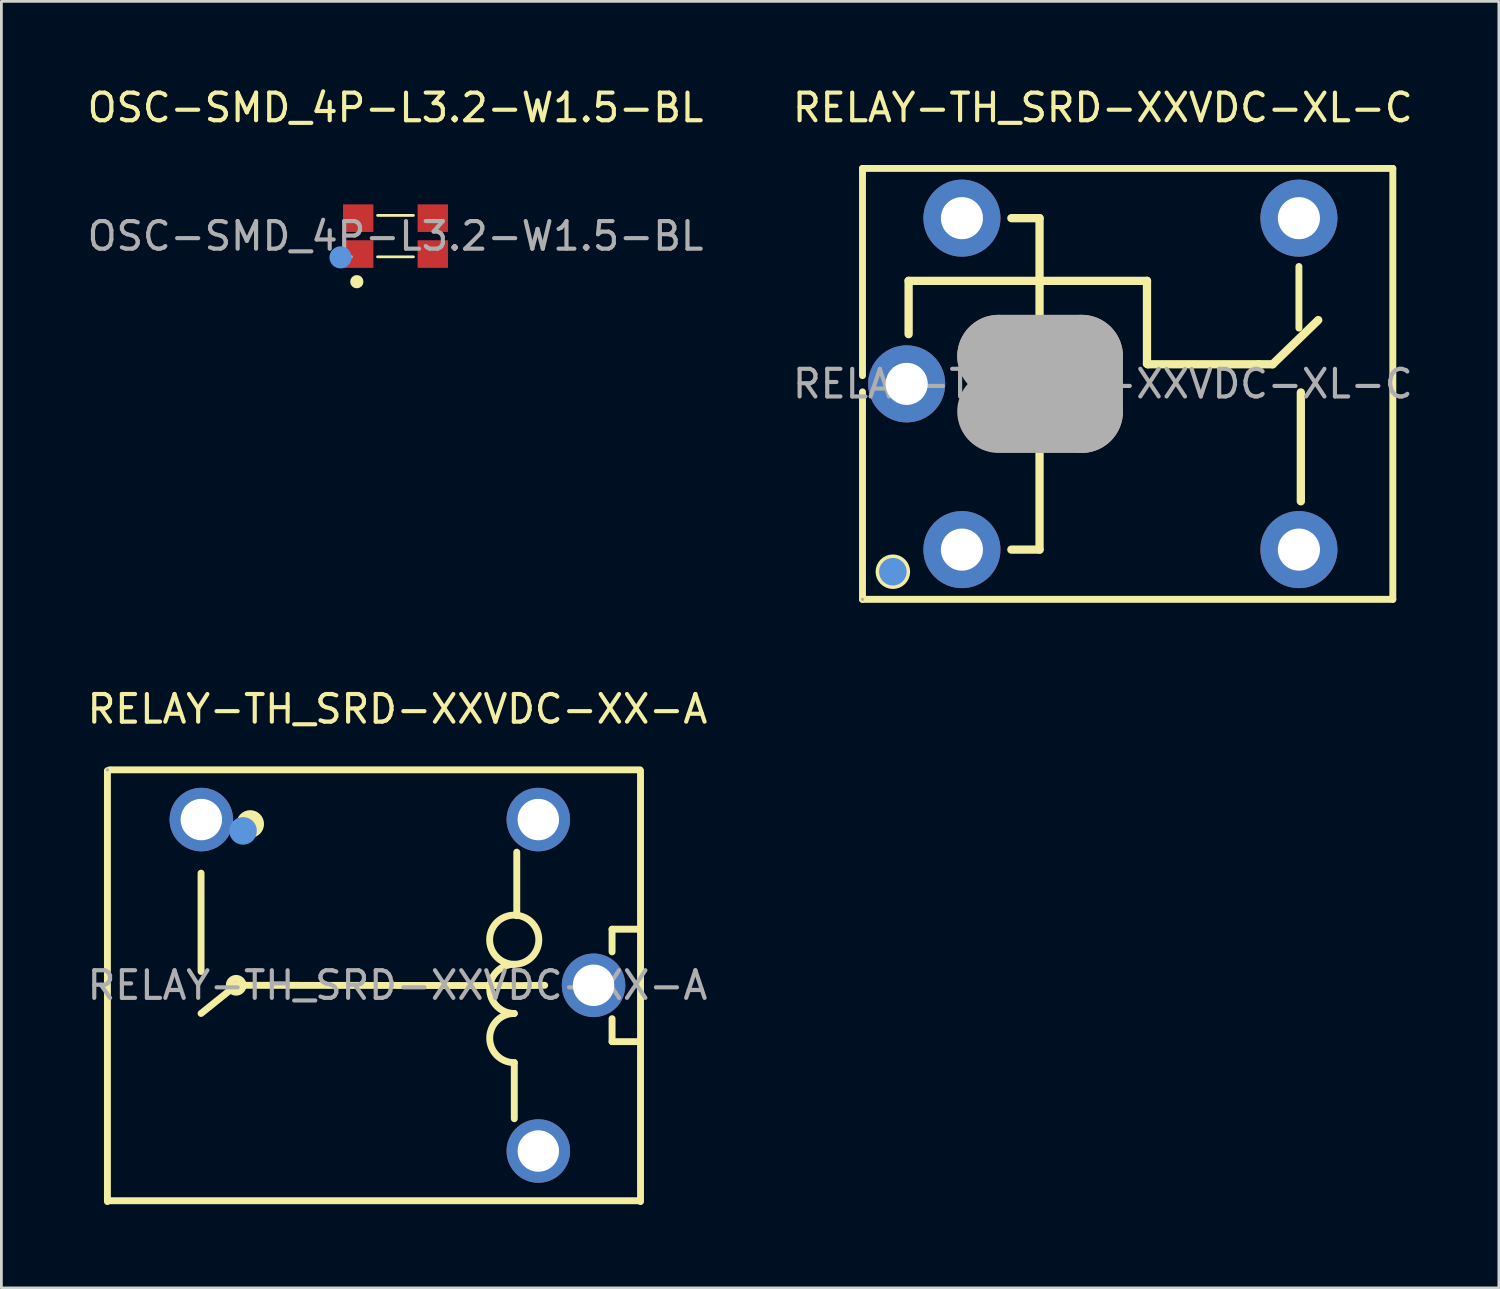
<source format=kicad_pcb>
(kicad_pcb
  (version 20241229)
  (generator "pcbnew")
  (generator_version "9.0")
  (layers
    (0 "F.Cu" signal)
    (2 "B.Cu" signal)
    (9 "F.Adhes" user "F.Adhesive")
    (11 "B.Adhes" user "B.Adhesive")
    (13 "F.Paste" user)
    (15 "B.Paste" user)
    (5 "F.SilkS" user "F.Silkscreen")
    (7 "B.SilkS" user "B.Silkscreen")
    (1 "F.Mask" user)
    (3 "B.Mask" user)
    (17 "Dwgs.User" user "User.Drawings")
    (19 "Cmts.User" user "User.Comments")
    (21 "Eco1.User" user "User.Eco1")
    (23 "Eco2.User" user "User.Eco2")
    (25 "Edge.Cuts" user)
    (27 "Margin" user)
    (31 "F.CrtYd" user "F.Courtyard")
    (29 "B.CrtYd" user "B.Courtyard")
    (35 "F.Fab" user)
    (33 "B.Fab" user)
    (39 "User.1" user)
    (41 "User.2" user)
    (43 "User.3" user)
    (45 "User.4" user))
  (footprint "RELAY-TH_SRD-XXVDC-XX-A"
    (layer "F.Cu")
    (at 11.339 32.621)
    (property "Reference" "RELAY-TH_SRD-XXVDC-XX-A" (at 0 -10 0) (layer "F.SilkS") (effects (font (size 1 1) (thickness 0.15))))
    (attr through_hole)
    (fp_line (start -10.5 -7.77) (end -10.5 7.83) (stroke (width 0.25) (type solid)) (layer "F.SilkS"))
    (fp_line (start -10.42 -7.8) (end 8.78 -7.8) (stroke (width 0.25) (type solid)) (layer "F.SilkS"))
    (fp_line (start -7.11 -4.06) (end -7.11 -0.5) (stroke (width 0.25) (type solid)) (layer "F.SilkS"))
    (fp_line (start -5.84 0) (end -7.11 1.02) (stroke (width 0.25) (type solid)) (layer "F.SilkS"))
    (fp_line (start 4.23 2.8) (end 4.23 4.83) (stroke (width 0.25) (type solid)) (layer "F.SilkS"))
    (fp_line (start 4.32 -4.82) (end 4.32 -2.52) (stroke (width 0.25) (type solid)) (layer "F.SilkS"))
    (fp_line (start 4.64 0.01) (end -5.84 0) (stroke (width 0.25) (type solid)) (layer "F.SilkS"))
    (fp_line (start 5.33 0) (end 4.64 0.01) (stroke (width 0.25) (type solid)) (layer "F.SilkS"))
    (fp_line (start 7.77 -2.03) (end 7.77 -1.21) (stroke (width 0.25) (type solid)) (layer "F.SilkS"))
    (fp_line (start 7.77 1.21) (end 7.77 2.04) (stroke (width 0.25) (type solid)) (layer "F.SilkS"))
    (fp_line (start 7.77 2.04) (end 8.78 2.04) (stroke (width 0.25) (type solid)) (layer "F.SilkS"))
    (fp_line (start 8.78 -2.03) (end 7.77 -2.03) (stroke (width 0.25) (type solid)) (layer "F.SilkS"))
    (fp_line (start 8.78 7.8) (end -10.42 7.8) (stroke (width 0.25) (type solid)) (layer "F.SilkS"))
    (fp_line (start 8.8 -7.77) (end 8.8 7.83) (stroke (width 0.25) (type solid)) (layer "F.SilkS"))
    (fp_arc (start 4.214467 -0.760136) (mid 4.237767 -2.539966) (end 4.23 -0.76) (stroke (width 0.25) (type solid)) (layer "F.SilkS"))
    (fp_arc (start 4.23 1.02) (mid 3.34 0.13) (end 4.23 -0.76) (stroke (width 0.25) (type solid)) (layer "F.SilkS"))
    (fp_arc (start 4.23 2.8) (mid 3.34 1.91) (end 4.23 1.02) (stroke (width 0.25) (type solid)) (layer "F.SilkS"))
    (fp_circle (center -5.84 0) (end -5.59 0) (stroke (width 0.25) (type solid)) (fill no) (layer "F.SilkS"))
    (fp_circle (center -5.33 -5.84) (end -5.08 -5.84) (stroke (width 0.5) (type solid)) (fill no) (layer "F.SilkS"))
    (fp_circle (center -5.59 -5.59) (end -5.34 -5.59) (stroke (width 0.5) (type solid)) (fill no) (layer "Cmts.User"))
    (fp_circle (center -10.5 -7.8) (end -10.47 -7.8) (stroke (width 0.06) (type solid)) (fill no) (layer "F.Fab"))
    (fp_circle (center 5.1 -6) (end 5.22 -6) (stroke (width 0.25) (type solid)) (fill no) (layer "F.Fab"))
    (fp_circle (center 5.1 6) (end 5.22 6) (stroke (width 0.25) (type solid)) (fill no) (layer "F.Fab"))
    (fp_text user "${REFERENCE}" (at 0 0 0) (layer "F.Fab") (effects (font (size 1 1) (thickness 0.15))))
    (pad "1" thru_hole circle (at -7.1 -6 180) (size 2.3 2.3) (drill 1.5) (layers "*.Cu" "*.Mask"))
    (pad "2" thru_hole circle (at 5.1 6 180) (size 2.3 2.3) (drill 1.5) (layers "*.Cu" "*.Mask"))
    (pad "3" thru_hole circle (at 7.1 0 180) (size 2.3 2.3) (drill 1.5) (layers "*.Cu" "*.Mask"))
    (pad "4" thru_hole circle (at 5.1 -6 180) (size 2.3 2.3) (drill 1.5) (layers "*.Cu" "*.Mask")))
  (footprint "RELAY-TH_SRD-XXVDC-XL-C"
    (layer "F.Cu")
    (at 36.875 10.848)
    (property "Reference" "RELAY-TH_SRD-XXVDC-XL-C" (at 0 -10 0) (layer "F.SilkS") (effects (font (size 1 1) (thickness 0.15))))
    (attr through_hole)
    (fp_line (start -8.7 -7.8) (end -8.7 -0.3) (stroke (width 0.25) (type solid)) (layer "F.SilkS"))
    (fp_line (start -8.7 0.29) (end -8.7 7.8) (stroke (width 0.25) (type solid)) (layer "F.SilkS"))
    (fp_line (start -7.03 -3.73) (end 1.6 -3.73) (stroke (width 0.3) (type solid)) (layer "F.SilkS"))
    (fp_line (start -7.03 -1.8) (end -7.03 -3.73) (stroke (width 0.3) (type solid)) (layer "F.SilkS"))
    (fp_line (start -2.29 -6) (end -3.31 -6) (stroke (width 0.3) (type solid)) (layer "F.SilkS"))
    (fp_line (start -2.29 -1.05) (end -2.29 -6) (stroke (width 0.3) (type solid)) (layer "F.SilkS"))
    (fp_line (start -2.29 6) (end -3.31 6) (stroke (width 0.3) (type solid)) (layer "F.SilkS"))
    (fp_line (start -2.29 6) (end -2.29 1.05) (stroke (width 0.3) (type solid)) (layer "F.SilkS"))
    (fp_line (start 1.6 -3.73) (end 1.6 -0.73) (stroke (width 0.3) (type solid)) (layer "F.SilkS"))
    (fp_line (start 1.6 -0.73) (end 1.63 -0.71) (stroke (width 0.3) (type solid)) (layer "F.SilkS"))
    (fp_line (start 1.63 -0.71) (end 5.64 -0.71) (stroke (width 0.3) (type solid)) (layer "F.SilkS"))
    (fp_line (start 5.64 -0.71) (end 6.15 -0.71) (stroke (width 0.3) (type solid)) (layer "F.SilkS"))
    (fp_line (start 6.15 -0.71) (end 7.8 -2.31) (stroke (width 0.3) (type solid)) (layer "F.SilkS"))
    (fp_line (start 7.1 -4.25) (end 7.1 -2.02) (stroke (width 0.25) (type solid)) (layer "F.SilkS"))
    (fp_line (start 7.17 4.25) (end 7.17 0.31) (stroke (width 0.3) (type solid)) (layer "F.SilkS"))
    (fp_line (start 10.5 -7.8) (end -8.7 -7.8) (stroke (width 0.25) (type solid)) (layer "F.SilkS"))
    (fp_line (start 10.5 7.8) (end -8.7 7.8) (stroke (width 0.25) (type solid)) (layer "F.SilkS"))
    (fp_line (start 10.5 7.8) (end 10.5 -7.8) (stroke (width 0.25) (type solid)) (layer "F.SilkS"))
    (fp_circle (center -7.6 6.8) (end -7.1 6.8) (stroke (width 0.25) (type solid)) (fill no) (layer "F.SilkS"))
    (fp_circle (center -7.6 6.8) (end -7.35 6.8) (stroke (width 0.5) (type solid)) (fill no) (layer "Cmts.User"))
    (fp_line (start -3.77 -1) (end -3.77 -1) (stroke (width 3) (type solid)) (layer "F.Fab"))
    (fp_line (start -3.77 -1) (end -0.77 -1) (stroke (width 3) (type solid)) (layer "F.Fab"))
    (fp_line (start -0.77 -1) (end -0.77 1) (stroke (width 3) (type solid)) (layer "F.Fab"))
    (fp_line (start -0.77 1) (end -3.77 1) (stroke (width 3) (type solid)) (layer "F.Fab"))
    (fp_circle (center -8.7 7.8) (end -8.67 7.8) (stroke (width 0.06) (type solid)) (fill no) (layer "F.Fab"))
    (fp_circle (center -5.1 -6) (end -4.95 -6) (stroke (width 0.3) (type solid)) (fill no) (layer "F.Fab"))
    (fp_circle (center -5.1 6) (end -4.95 6) (stroke (width 0.3) (type solid)) (fill no) (layer "F.Fab"))
    (fp_text user "${REFERENCE}" (at 0 0 0) (layer "F.Fab") (effects (font (size 1 1) (thickness 0.15))))
    (pad "1" thru_hole circle (at -5.1 6 180) (size 2.79 2.79) (drill 1.524) (layers "*.Cu" "*.Mask"))
    (pad "2" thru_hole circle (at 7.1 6 180) (size 2.79 2.79) (drill 1.524) (layers "*.Cu" "*.Mask"))
    (pad "3" thru_hole circle (at 7.1 -6 180) (size 2.79 2.79) (drill 1.524) (layers "*.Cu" "*.Mask"))
    (pad "4" thru_hole circle (at -5.1 -6 180) (size 2.79 2.79) (drill 1.524) (layers "*.Cu" "*.Mask"))
    (pad "5" thru_hole circle (at -7.1 0 180) (size 2.79 2.79) (drill 1.524) (layers "*.Cu" "*.Mask")))
  (footprint "OSC-SMD_4P-L3.2-W1.5-BL"
    (layer "F.Cu")
    (at 11.268 5.498)
    (property "Reference" "OSC-SMD_4P-L3.2-W1.5-BL" (at 0 -4.65 0) (layer "F.SilkS") (effects (font (size 1 1) (thickness 0.15))))
    (attr smd)
    (fp_line (start -0.65 -0.75) (end 0.65 -0.75) (stroke (width 0.1) (type solid)) (layer "F.SilkS"))
    (fp_line (start -0.65 0.75) (end 0.65 0.75) (stroke (width 0.1) (type solid)) (layer "F.SilkS"))
    (fp_circle (center -1.4 1.65) (end -1.28 1.65) (stroke (width 0.24) (type solid)) (fill no) (layer "F.SilkS"))
    (fp_circle (center -1.99 0.77) (end -1.79 0.77) (stroke (width 0.4) (type solid)) (fill no) (layer "Cmts.User"))
    (fp_circle (center -1.6 0.75) (end -1.57 0.75) (stroke (width 0.06) (type solid)) (fill no) (layer "F.Fab"))
    (fp_text user "${REFERENCE}" (at 0 0 0) (layer "F.Fab") (effects (font (size 1 1) (thickness 0.15))))
    (pad "1" smd rect (at -1.35 0.65) (size 1.1 1) (layers "F.Cu" "F.Mask" "F.Paste"))
    (pad "2" smd rect (at 1.35 0.65) (size 1.1 1) (layers "F.Cu" "F.Mask" "F.Paste"))
    (pad "3" smd rect (at 1.35 -0.65) (size 1.1 1) (layers "F.Cu" "F.Mask" "F.Paste"))
    (pad "4" smd rect (at -1.35 -0.65) (size 1.1 1) (layers "F.Cu" "F.Mask" "F.Paste")))
  (gr_rect
    (start -3 -3)
    (end 51.214 43.577)
    (stroke (width 0.1) (type default))
    (fill no)
    (layer "Edge.Cuts")))
</source>
